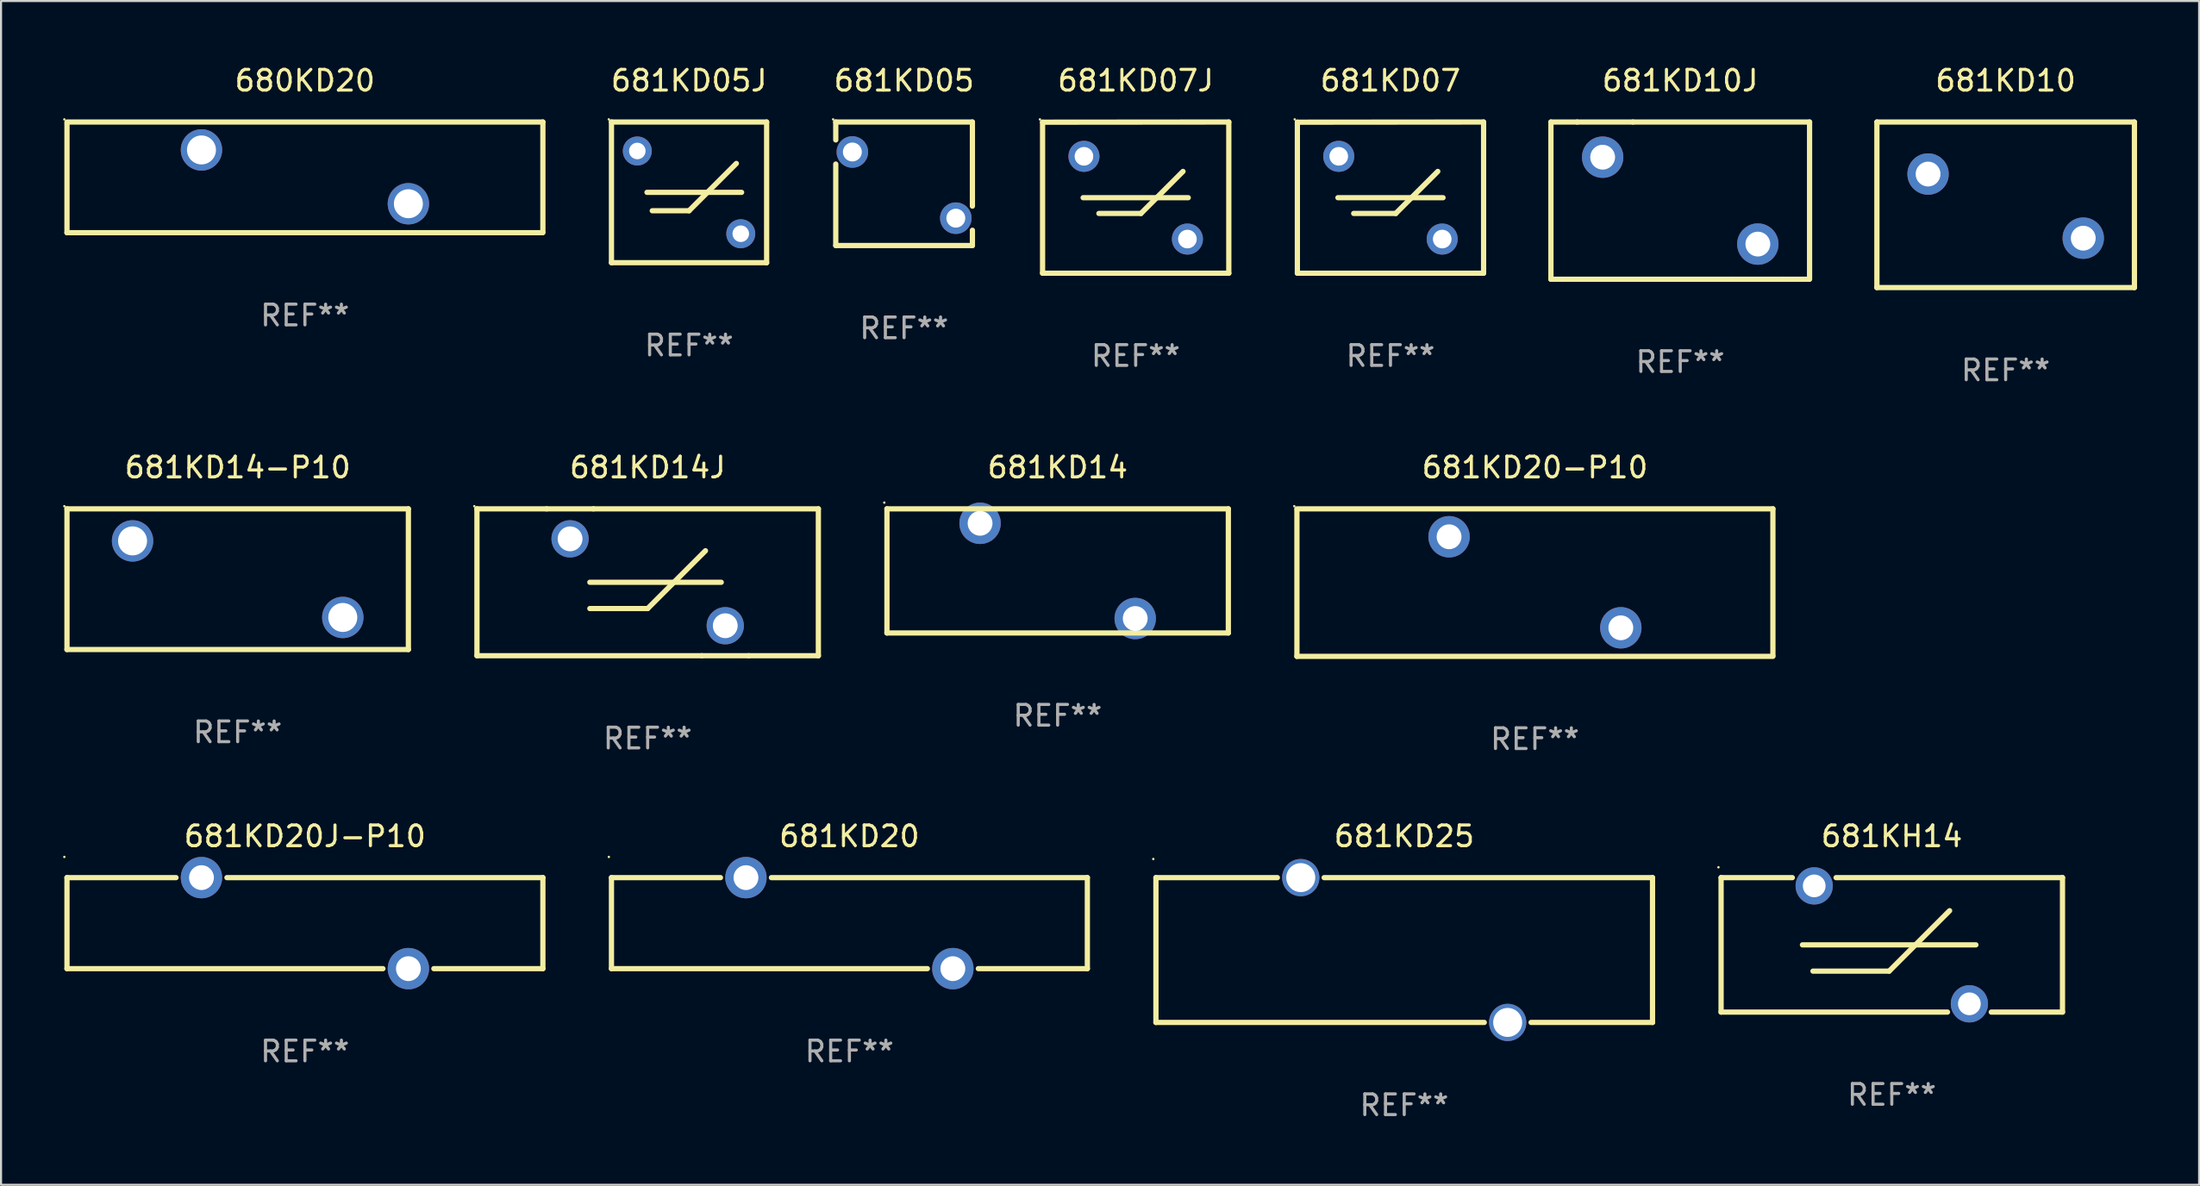
<source format=kicad_pcb>
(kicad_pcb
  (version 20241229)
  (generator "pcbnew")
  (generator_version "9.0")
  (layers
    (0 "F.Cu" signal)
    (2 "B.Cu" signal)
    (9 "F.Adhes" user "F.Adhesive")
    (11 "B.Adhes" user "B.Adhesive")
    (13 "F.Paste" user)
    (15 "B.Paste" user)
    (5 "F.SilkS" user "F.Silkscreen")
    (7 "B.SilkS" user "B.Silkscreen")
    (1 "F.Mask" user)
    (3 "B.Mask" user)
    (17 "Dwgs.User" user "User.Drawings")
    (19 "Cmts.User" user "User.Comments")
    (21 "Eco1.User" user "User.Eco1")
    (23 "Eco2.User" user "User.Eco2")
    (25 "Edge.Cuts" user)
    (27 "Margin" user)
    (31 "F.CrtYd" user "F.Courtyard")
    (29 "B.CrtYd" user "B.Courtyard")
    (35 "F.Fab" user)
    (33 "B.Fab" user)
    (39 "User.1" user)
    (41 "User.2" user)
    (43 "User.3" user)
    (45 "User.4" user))
  (footprint "680KD20"
    (layer "F.Cu")
    (at 11.687 5.523)
    (property "Reference" "680KD20" (at 0 -4.675 0) (layer "F.SilkS") (effects (font (size 1 1) (thickness 0.15))))
    (attr through_hole)
    (fp_line (start -11.5 -2.675) (end 11.5 -2.675) (stroke (width 0.254) (type solid)) (layer "F.SilkS"))
    (fp_line (start -11.5 2.675) (end -11.5 -2.625) (stroke (width 0.254) (type solid)) (layer "F.SilkS"))
    (fp_line (start 11.5 -2.675) (end 11.5 2.625) (stroke (width 0.254) (type solid)) (layer "F.SilkS"))
    (fp_line (start 11.5 2.675) (end -11.5 2.675) (stroke (width 0.254) (type solid)) (layer "F.SilkS"))
    (fp_circle (center -11.627 -2.802) (end -11.597 -2.802) (stroke (width 0.06) (type solid)) (fill no) (layer "F.SilkS"))
    (fp_text user "REF**" (at 0 6.675 0) (layer "F.Fab") (effects (font (size 1 1) (thickness 0.15))))
    (pad "1" thru_hole circle (at -5 -1.325) (size 2 2) (drill 1.4) (layers "*.Cu" "*.Mask"))
    (pad "2" thru_hole circle (at 5 1.275) (size 2 2) (drill 1.4) (layers "*.Cu" "*.Mask")))
  (footprint "681KD20-P10"
    (layer "F.Cu")
    (at 71.131 25.111)
    (property "Reference" "681KD20-P10" (at 0 -5.565 0) (layer "F.SilkS") (effects (font (size 1 1) (thickness 0.15))))
    (attr through_hole)
    (fp_line (start -11.502 3.565) (end -11.502 -3.537) (stroke (width 0.254) (type solid)) (layer "F.SilkS"))
    (fp_line (start -11.498 -3.565) (end 11.502 -3.565) (stroke (width 0.254) (type solid)) (layer "F.SilkS"))
    (fp_line (start 11.5 3.565) (end -11.502 3.565) (stroke (width 0.254) (type solid)) (layer "F.SilkS"))
    (fp_line (start 11.502 -3.565) (end 11.502 3.535) (stroke (width 0.254) (type solid)) (layer "F.SilkS"))
    (fp_circle (center -11.629 -3.692) (end -11.599 -3.692) (stroke (width 0.06) (type solid)) (fill no) (layer "F.SilkS"))
    (fp_text user "REF**" (at 0 7.565 0) (layer "F.Fab") (effects (font (size 1 1) (thickness 0.15))))
    (pad "1" thru_hole circle (at -4.149 -2.215) (size 2 2) (drill 1.2) (layers "*.Cu" "*.Mask"))
    (pad "2" thru_hole circle (at 4.152 2.185) (size 2 2) (drill 1.2) (layers "*.Cu" "*.Mask")))
  (footprint "681KD20J-P10"
    (layer "F.Cu")
    (at 11.687 41.572)
    (property "Reference" "681KD20J-P10" (at 0 -4.2 0) (layer "F.SilkS") (effects (font (size 1 1) (thickness 0.15))))
    (attr through_hole)
    (fp_line (start -11.5 -2.2) (end -11.5 2.2) (stroke (width 0.254) (type solid)) (layer "F.SilkS"))
    (fp_line (start -11.5 -2.2) (end -6.231 -2.2) (stroke (width 0.254) (type solid)) (layer "F.SilkS"))
    (fp_line (start -11.5 2.2) (end 3.769 2.2) (stroke (width 0.254) (type solid)) (layer "F.SilkS"))
    (fp_line (start -3.769 -2.2) (end 11.5 -2.2) (stroke (width 0.254) (type solid)) (layer "F.SilkS"))
    (fp_line (start 6.231 2.2) (end 11.5 2.2) (stroke (width 0.254) (type solid)) (layer "F.SilkS"))
    (fp_line (start 11.5 -2.2) (end 11.5 2.2) (stroke (width 0.254) (type solid)) (layer "F.SilkS"))
    (fp_circle (center -11.627 -3.2) (end -11.597 -3.2) (stroke (width 0.06) (type solid)) (fill no) (layer "F.SilkS"))
    (fp_text user "REF**" (at 0 6.2 0) (layer "F.Fab") (effects (font (size 1 1) (thickness 0.15))))
    (pad "1" thru_hole circle (at -5 -2.2) (size 2 2) (drill 1.2) (layers "*.Cu" "*.Mask"))
    (pad "2" thru_hole circle (at 5 2.2) (size 2 2) (drill 1.2) (layers "*.Cu" "*.Mask")))
  (footprint "681KD14J"
    (layer "F.Cu")
    (at 28.251 25.096)
    (property "Reference" "681KD14J" (at 0 -5.55 0) (layer "F.SilkS") (effects (font (size 1 1) (thickness 0.15))))
    (attr through_hole)
    (fp_line (start -8.25 -3.55) (end -4.881 -3.55) (stroke (width 0.254) (type solid)) (layer "F.SilkS"))
    (fp_line (start -8.25 3.55) (end -8.25 -3.55) (stroke (width 0.254) (type solid)) (layer "F.SilkS"))
    (fp_line (start -8.25 3.55) (end 2.619 3.55) (stroke (width 0.254) (type solid)) (layer "F.SilkS"))
    (fp_line (start -4.881 -3.55) (end -2.619 -3.55) (stroke (width 0.254) (type solid)) (layer "F.SilkS"))
    (fp_line (start -2.794 0) (end 3.556 0) (stroke (width 0.254) (type solid)) (layer "F.SilkS"))
    (fp_line (start -2.794 1.27) (end 0 1.27) (stroke (width 0.254) (type solid)) (layer "F.SilkS"))
    (fp_line (start -2.619 -3.55) (end 8.25 -3.55) (stroke (width 0.254) (type solid)) (layer "F.SilkS"))
    (fp_line (start 0 1.27) (end 2.794 -1.524) (stroke (width 0.254) (type solid)) (layer "F.SilkS"))
    (fp_line (start 2.619 3.55) (end 4.881 3.55) (stroke (width 0.254) (type solid)) (layer "F.SilkS"))
    (fp_line (start 4.881 3.55) (end 8.25 3.55) (stroke (width 0.254) (type solid)) (layer "F.SilkS"))
    (fp_line (start 8.25 -3.55) (end 8.25 3.55) (stroke (width 0.254) (type solid)) (layer "F.SilkS"))
    (fp_circle (center -8.377 -3.677) (end -8.347 -3.677) (stroke (width 0.06) (type solid)) (fill no) (layer "F.SilkS"))
    (fp_text user "REF**" (at 0 7.55 0) (layer "F.Fab") (effects (font (size 1 1) (thickness 0.15))))
    (pad "1" thru_hole circle (at -3.75 -2.1) (size 1.8 1.8) (drill 1.2) (layers "*.Cu" "*.Mask"))
    (pad "2" thru_hole circle (at 3.75 2.1) (size 1.8 1.8) (drill 1.2) (layers "*.Cu" "*.Mask")))
  (footprint "681KD14-P10"
    (layer "F.Cu")
    (at 8.437 24.946)
    (property "Reference" "681KD14-P10" (at 0 -5.4 0) (layer "F.SilkS") (effects (font (size 1 1) (thickness 0.15))))
    (attr through_hole)
    (fp_line (start -8.25 -3.4) (end 8.25 -3.4) (stroke (width 0.254) (type solid)) (layer "F.SilkS"))
    (fp_line (start -8.25 3.4) (end -8.25 -3.4) (stroke (width 0.254) (type solid)) (layer "F.SilkS"))
    (fp_line (start 8.25 -3.4) (end 8.25 3.4) (stroke (width 0.254) (type solid)) (layer "F.SilkS"))
    (fp_line (start 8.25 3.4) (end -8.25 3.4) (stroke (width 0.254) (type solid)) (layer "F.SilkS"))
    (fp_circle (center -8.377 -3.527) (end -8.347 -3.527) (stroke (width 0.06) (type solid)) (fill no) (layer "F.SilkS"))
    (fp_text user "REF**" (at 0 7.4 0) (layer "F.Fab") (effects (font (size 1 1) (thickness 0.15))))
    (pad "1" thru_hole circle (at -5.08 -1.85) (size 2 2) (drill 1.4) (layers "*.Cu" "*.Mask"))
    (pad "2" thru_hole circle (at 5.08 1.85) (size 2 2) (drill 1.4) (layers "*.Cu" "*.Mask")))
  (footprint "681KD10"
    (layer "F.Cu")
    (at 93.882 6.849)
    (property "Reference" "681KD10" (at 0 -6.001 0) (layer "F.SilkS") (effects (font (size 1 1) (thickness 0.15))))
    (attr through_hole)
    (fp_line (start -6.223 -4.001) (end 6.223 -4.001) (stroke (width 0.254) (type solid)) (layer "F.SilkS"))
    (fp_line (start -6.223 4.001) (end -6.223 -4.001) (stroke (width 0.254) (type solid)) (layer "F.SilkS"))
    (fp_line (start 6.223 -4.001) (end 6.223 4.001) (stroke (width 0.254) (type solid)) (layer "F.SilkS"))
    (fp_line (start 6.223 4.001) (end -6.223 4.001) (stroke (width 0.254) (type solid)) (layer "F.SilkS"))
    (fp_circle (center -6.25 -3.937) (end -6.22 -3.937) (stroke (width 0.06) (type solid)) (fill no) (layer "F.SilkS"))
    (fp_text user "REF**" (at 0 8.001 0) (layer "F.Fab") (effects (font (size 1 1) (thickness 0.15))))
    (pad "1" thru_hole circle (at -3.75 -1.486) (size 2 2) (drill 1.2) (layers "*.Cu" "*.Mask"))
    (pad "2" thru_hole circle (at 3.75 1.613) (size 2 2) (drill 1.2) (layers "*.Cu" "*.Mask")))
  (footprint "681KD25"
    (layer "F.Cu")
    (at 64.815 42.872)
    (property "Reference" "681KD25" (at 0 -5.5 0) (layer "F.SilkS") (effects (font (size 1 1) (thickness 0.15))))
    (attr through_hole)
    (fp_line (start -12 -3.5) (end -6.131 -3.5) (stroke (width 0.254) (type solid)) (layer "F.SilkS"))
    (fp_line (start -12 3.5) (end -12 -3.5) (stroke (width 0.254) (type solid)) (layer "F.SilkS"))
    (fp_line (start -3.869 -3.5) (end 12 -3.5) (stroke (width 0.254) (type solid)) (layer "F.SilkS"))
    (fp_line (start 3.869 3.5) (end -12 3.5) (stroke (width 0.254) (type solid)) (layer "F.SilkS"))
    (fp_line (start 12 -3.5) (end 12 3.5) (stroke (width 0.254) (type solid)) (layer "F.SilkS"))
    (fp_line (start 12 3.5) (end 6.131 3.5) (stroke (width 0.254) (type solid)) (layer "F.SilkS"))
    (fp_circle (center -12.127 -4.4) (end -12.097 -4.4) (stroke (width 0.06) (type solid)) (fill no) (layer "F.SilkS"))
    (fp_text user "REF**" (at 0 7.5 0) (layer "F.Fab") (effects (font (size 1 1) (thickness 0.15))))
    (pad "1" thru_hole circle (at -5 -3.5) (size 1.8 1.8) (drill 1.4) (layers "*.Cu" "*.Mask"))
    (pad "2" thru_hole circle (at 5 3.5) (size 1.8 1.8) (drill 1.4) (layers "*.Cu" "*.Mask")))
  (footprint "681KH14"
    (layer "F.Cu")
    (at 88.379 42.622)
    (property "Reference" "681KH14" (at 0 -5.25 0) (layer "F.SilkS") (effects (font (size 1 1) (thickness 0.15))))
    (attr through_hole)
    (fp_line (start -8.25 -3.25) (end -4.808 -3.25) (stroke (width 0.254) (type solid)) (layer "F.SilkS"))
    (fp_line (start -8.25 3.25) (end -8.25 -3.25) (stroke (width 0.254) (type solid)) (layer "F.SilkS"))
    (fp_line (start -8.25 3.25) (end 2.692 3.25) (stroke (width 0.254) (type solid)) (layer "F.SilkS"))
    (fp_line (start -4.318 0) (end 4.064 0) (stroke (width 0.254) (type solid)) (layer "F.SilkS"))
    (fp_line (start -3.81 1.27) (end -0.127 1.27) (stroke (width 0.254) (type solid)) (layer "F.SilkS"))
    (fp_line (start -2.692 -3.25) (end 8.25 -3.25) (stroke (width 0.254) (type solid)) (layer "F.SilkS"))
    (fp_line (start -0.127 1.27) (end 2.794 -1.651) (stroke (width 0.254) (type solid)) (layer "F.SilkS"))
    (fp_line (start 4.808 3.25) (end 8.25 3.25) (stroke (width 0.254) (type solid)) (layer "F.SilkS"))
    (fp_line (start 8.25 -3.25) (end 8.25 3.25) (stroke (width 0.254) (type solid)) (layer "F.SilkS"))
    (fp_circle (center -8.377 -3.75) (end -8.347 -3.75) (stroke (width 0.06) (type solid)) (fill no) (layer "F.SilkS"))
    (fp_text user "REF**" (at 0 7.25 0) (layer "F.Fab") (effects (font (size 1 1) (thickness 0.15))))
    (pad "1" thru_hole circle (at -3.75 -2.85) (size 1.8 1.8) (drill 1.1) (layers "*.Cu" "*.Mask"))
    (pad "2" thru_hole circle (at 3.75 2.85) (size 1.8 1.8) (drill 1.1) (layers "*.Cu" "*.Mask")))
  (footprint "681KD10J"
    (layer "F.Cu")
    (at 78.155 6.648)
    (property "Reference" "681KD10J" (at 0 -5.8 0) (layer "F.SilkS") (effects (font (size 1 1) (thickness 0.15))))
    (attr through_hole)
    (fp_line (start -6.25 -3.8) (end -6.25 3.8) (stroke (width 0.254) (type solid)) (layer "F.SilkS"))
    (fp_line (start -6.25 -3.8) (end -4.981 -3.8) (stroke (width 0.254) (type solid)) (layer "F.SilkS"))
    (fp_line (start -6.25 3.8) (end 2.519 3.8) (stroke (width 0.254) (type solid)) (layer "F.SilkS"))
    (fp_line (start -4.981 -3.8) (end -2.286 -3.8) (stroke (width 0.254) (type solid)) (layer "F.SilkS"))
    (fp_line (start 4.981 3.8) (end 2.519 3.8) (stroke (width 0.254) (type solid)) (layer "F.SilkS"))
    (fp_line (start 4.981 3.8) (end 6.223 3.8) (stroke (width 0.254) (type solid)) (layer "F.SilkS"))
    (fp_line (start 6.25 -3.8) (end -2.286 -3.8) (stroke (width 0.254) (type solid)) (layer "F.SilkS"))
    (fp_line (start 6.25 -3.8) (end 6.25 3.8) (stroke (width 0.254) (type solid)) (layer "F.SilkS"))
    (fp_circle (center -6.25 -3.5) (end -6.22 -3.5) (stroke (width 0.06) (type solid)) (fill no) (layer "F.SilkS"))
    (fp_text user "REF**" (at 0 7.8 0) (layer "F.Fab") (effects (font (size 1 1) (thickness 0.15))))
    (pad "1" thru_hole circle (at -3.75 -2.1) (size 2 2) (drill 1.2) (layers "*.Cu" "*.Mask"))
    (pad "2" thru_hole circle (at 3.75 2.1) (size 2 2) (drill 1.2) (layers "*.Cu" "*.Mask")))
  (footprint "681KD07J"
    (layer "F.Cu")
    (at 51.837 6.502)
    (property "Reference" "681KD07J" (at 0 -5.654 0) (layer "F.SilkS") (effects (font (size 1 1) (thickness 0.15))))
    (attr through_hole)
    (fp_line (start -4.5 -3.646) (end 4.5 -3.654) (stroke (width 0.254) (type solid)) (layer "F.SilkS"))
    (fp_line (start -4.5 3.654) (end -4.5 -3.646) (stroke (width 0.254) (type solid)) (layer "F.SilkS"))
    (fp_line (start -2.54 0.004) (end 2.54 0.004) (stroke (width 0.254) (type solid)) (layer "F.SilkS"))
    (fp_line (start -1.778 0.766) (end 0.254 0.766) (stroke (width 0.254) (type solid)) (layer "F.SilkS"))
    (fp_line (start 0.254 0.766) (end 2.286 -1.266) (stroke (width 0.254) (type solid)) (layer "F.SilkS"))
    (fp_line (start 4.5 3.654) (end -4.5 3.654) (stroke (width 0.254) (type solid)) (layer "F.SilkS"))
    (fp_line (start 4.5 3.654) (end 4.5 -3.654) (stroke (width 0.254) (type solid)) (layer "F.SilkS"))
    (fp_circle (center -4.627 -3.781) (end -4.597 -3.781) (stroke (width 0.06) (type solid)) (fill no) (layer "F.SilkS"))
    (fp_text user "REF**" (at 0 7.654 0) (layer "F.Fab") (effects (font (size 1 1) (thickness 0.15))))
    (pad "1" thru_hole circle (at -2.5 -1.996) (size 1.5 1.5) (drill 0.9) (layers "*.Cu" "*.Mask"))
    (pad "2" thru_hole circle (at 2.5 2.004) (size 1.5 1.5) (drill 0.9) (layers "*.Cu" "*.Mask")))
  (footprint "681KD07"
    (layer "F.Cu")
    (at 64.151 6.502)
    (property "Reference" "681KD07" (at 0 -5.654 0) (layer "F.SilkS") (effects (font (size 1 1) (thickness 0.15))))
    (attr through_hole)
    (fp_line (start -4.5 -3.646) (end 4.5 -3.654) (stroke (width 0.254) (type solid)) (layer "F.SilkS"))
    (fp_line (start -4.5 3.654) (end -4.5 -3.646) (stroke (width 0.254) (type solid)) (layer "F.SilkS"))
    (fp_line (start -2.54 0.004) (end 2.54 0.004) (stroke (width 0.254) (type solid)) (layer "F.SilkS"))
    (fp_line (start -1.778 0.766) (end 0.254 0.766) (stroke (width 0.254) (type solid)) (layer "F.SilkS"))
    (fp_line (start 0.254 0.766) (end 2.286 -1.266) (stroke (width 0.254) (type solid)) (layer "F.SilkS"))
    (fp_line (start 4.5 3.654) (end -4.5 3.654) (stroke (width 0.254) (type solid)) (layer "F.SilkS"))
    (fp_line (start 4.5 3.654) (end 4.5 -3.654) (stroke (width 0.254) (type solid)) (layer "F.SilkS"))
    (fp_circle (center -4.627 -3.781) (end -4.597 -3.781) (stroke (width 0.06) (type solid)) (fill no) (layer "F.SilkS"))
    (fp_text user "REF**" (at 0 7.654 0) (layer "F.Fab") (effects (font (size 1 1) (thickness 0.15))))
    (pad "1" thru_hole circle (at -2.5 -1.996) (size 1.5 1.5) (drill 0.9) (layers "*.Cu" "*.Mask"))
    (pad "2" thru_hole circle (at 2.5 2.004) (size 1.5 1.5) (drill 0.9) (layers "*.Cu" "*.Mask")))
  (footprint "681KD14"
    (layer "F.Cu")
    (at 48.065 24.546)
    (property "Reference" "681KD14" (at 0 -5 0) (layer "F.SilkS") (effects (font (size 1 1) (thickness 0.15))))
    (attr through_hole)
    (fp_line (start -8.25 -3) (end 8.25 -3) (stroke (width 0.254) (type solid)) (layer "F.SilkS"))
    (fp_line (start -8.25 3) (end -8.25 -2.999) (stroke (width 0.254) (type solid)) (layer "F.SilkS"))
    (fp_line (start 8.25 -3) (end 8.25 3) (stroke (width 0.254) (type solid)) (layer "F.SilkS"))
    (fp_line (start 8.25 3) (end -8.25 3) (stroke (width 0.254) (type solid)) (layer "F.SilkS"))
    (fp_circle (center -8.377 -3.301) (end -8.347 -3.301) (stroke (width 0.06) (type solid)) (fill no) (layer "F.SilkS"))
    (fp_text user "REF**" (at 0 7 0) (layer "F.Fab") (effects (font (size 1 1) (thickness 0.15))))
    (pad "1" thru_hole circle (at -3.749 -2.301) (size 2 2) (drill 1.2) (layers "*.Cu" "*.Mask"))
    (pad "2" thru_hole circle (at 3.749 2.301) (size 2 2) (drill 1.2) (layers "*.Cu" "*.Mask")))
  (footprint "681KD05"
    (layer "F.Cu")
    (at 40.644 5.833)
    (property "Reference" "681KD05" (at 0 -4.985 0) (layer "F.SilkS") (effects (font (size 1 1) (thickness 0.15))))
    (attr through_hole)
    (fp_line (start -3.302 -2.985) (end 3.302 -2.985) (stroke (width 0.254) (type solid)) (layer "F.SilkS"))
    (fp_line (start -3.302 -2.12) (end -3.302 -2.985) (stroke (width 0.254) (type solid)) (layer "F.SilkS"))
    (fp_line (start -3.302 2.985) (end -3.302 -0.953) (stroke (width 0.254) (type solid)) (layer "F.SilkS"))
    (fp_line (start 3.302 -2.985) (end 3.302 1.08) (stroke (width 0.254) (type solid)) (layer "F.SilkS"))
    (fp_line (start 3.302 2.247) (end 3.302 2.985) (stroke (width 0.254) (type solid)) (layer "F.SilkS"))
    (fp_line (start 3.302 2.985) (end -3.302 2.985) (stroke (width 0.254) (type solid)) (layer "F.SilkS"))
    (fp_circle (center -3.429 -3.112) (end -3.399 -3.112) (stroke (width 0.06) (type solid)) (fill no) (layer "F.SilkS"))
    (fp_text user "REF**" (at 0 6.985 0) (layer "F.Fab") (effects (font (size 1 1) (thickness 0.15))))
    (pad "1" thru_hole circle (at -2.5 -1.536) (size 1.524 1.524) (drill 0.914) (layers "*.Cu" "*.Mask"))
    (pad "2" thru_hole circle (at 2.5 1.663) (size 1.524 1.524) (drill 0.914) (layers "*.Cu" "*.Mask")))
  (footprint "681KD20"
    (layer "F.Cu")
    (at 38.001 41.572)
    (property "Reference" "681KD20" (at 0 -4.2 0) (layer "F.SilkS") (effects (font (size 1 1) (thickness 0.15))))
    (attr through_hole)
    (fp_line (start -11.5 -2.2) (end -11.5 2.2) (stroke (width 0.254) (type solid)) (layer "F.SilkS"))
    (fp_line (start -11.5 -2.2) (end -6.231 -2.2) (stroke (width 0.254) (type solid)) (layer "F.SilkS"))
    (fp_line (start -11.5 2.2) (end 3.769 2.2) (stroke (width 0.254) (type solid)) (layer "F.SilkS"))
    (fp_line (start -3.769 -2.2) (end 11.5 -2.2) (stroke (width 0.254) (type solid)) (layer "F.SilkS"))
    (fp_line (start 6.231 2.2) (end 11.5 2.2) (stroke (width 0.254) (type solid)) (layer "F.SilkS"))
    (fp_line (start 11.5 -2.2) (end 11.5 2.2) (stroke (width 0.254) (type solid)) (layer "F.SilkS"))
    (fp_circle (center -11.627 -3.2) (end -11.597 -3.2) (stroke (width 0.06) (type solid)) (fill no) (layer "F.SilkS"))
    (fp_text user "REF**" (at 0 6.2 0) (layer "F.Fab") (effects (font (size 1 1) (thickness 0.15))))
    (pad "1" thru_hole circle (at -5 -2.2) (size 2 2) (drill 1.2) (layers "*.Cu" "*.Mask"))
    (pad "2" thru_hole circle (at 5 2.2) (size 2 2) (drill 1.2) (layers "*.Cu" "*.Mask")))
  (footprint "681KD05J"
    (layer "F.Cu")
    (at 30.251 6.248)
    (property "Reference" "681KD05J" (at 0 -5.4 0) (layer "F.SilkS") (effects (font (size 1 1) (thickness 0.15))))
    (attr through_hole)
    (fp_line (start -3.75 -3.4) (end -3.75 3.4) (stroke (width 0.254) (type solid)) (layer "F.SilkS"))
    (fp_line (start -2.032 0) (end 2.54 0) (stroke (width 0.254) (type solid)) (layer "F.SilkS"))
    (fp_line (start -1.778 0.889) (end -0.000013 0.889) (stroke (width 0.254) (type solid)) (layer "F.SilkS"))
    (fp_line (start -0.000013 0.889) (end 2.286 -1.397) (stroke (width 0.254) (type solid)) (layer "F.SilkS"))
    (fp_line (start 3.75 -3.4) (end -3.75 -3.4) (stroke (width 0.254) (type solid)) (layer "F.SilkS"))
    (fp_line (start 3.75 -3.4) (end 3.75 3.4) (stroke (width 0.254) (type solid)) (layer "F.SilkS"))
    (fp_line (start 3.75 3.4) (end -3.75 3.4) (stroke (width 0.254) (type solid)) (layer "F.SilkS"))
    (fp_circle (center -3.877 -3.527) (end -3.847 -3.527) (stroke (width 0.06) (type solid)) (fill no) (layer "F.SilkS"))
    (fp_text user "REF**" (at 0 7.4 0) (layer "F.Fab") (effects (font (size 1 1) (thickness 0.15))))
    (pad "1" thru_hole circle (at -2.5 -2) (size 1.4 1.4) (drill 0.8) (layers "*.Cu" "*.Mask"))
    (pad "2" thru_hole circle (at 2.5 2) (size 1.4 1.4) (drill 0.8) (layers "*.Cu" "*.Mask")))
  (gr_rect
    (start -3 -3)
    (end 103.232 54.22)
    (stroke (width 0.1) (type default))
    (fill no)
    (layer "Edge.Cuts")))
</source>
